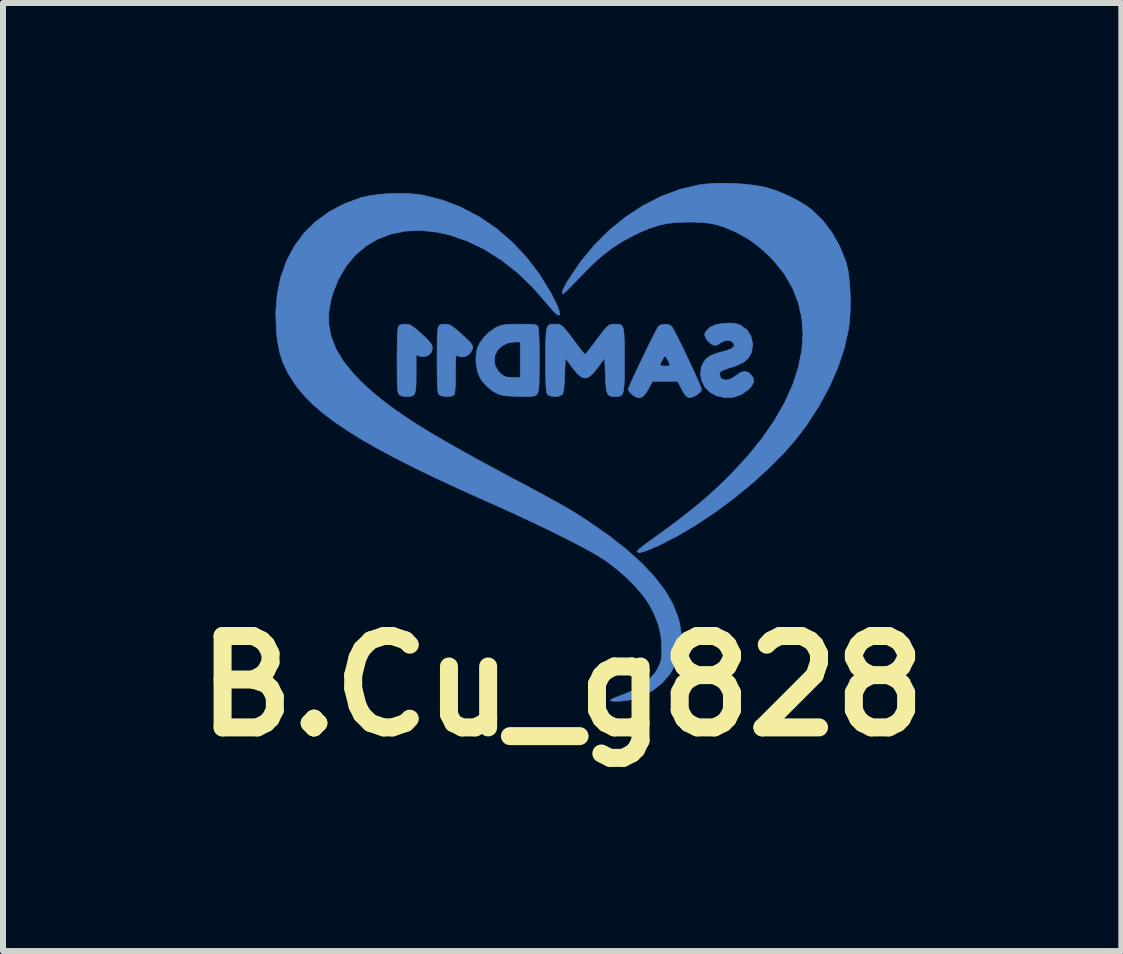
<source format=kicad_pcb>
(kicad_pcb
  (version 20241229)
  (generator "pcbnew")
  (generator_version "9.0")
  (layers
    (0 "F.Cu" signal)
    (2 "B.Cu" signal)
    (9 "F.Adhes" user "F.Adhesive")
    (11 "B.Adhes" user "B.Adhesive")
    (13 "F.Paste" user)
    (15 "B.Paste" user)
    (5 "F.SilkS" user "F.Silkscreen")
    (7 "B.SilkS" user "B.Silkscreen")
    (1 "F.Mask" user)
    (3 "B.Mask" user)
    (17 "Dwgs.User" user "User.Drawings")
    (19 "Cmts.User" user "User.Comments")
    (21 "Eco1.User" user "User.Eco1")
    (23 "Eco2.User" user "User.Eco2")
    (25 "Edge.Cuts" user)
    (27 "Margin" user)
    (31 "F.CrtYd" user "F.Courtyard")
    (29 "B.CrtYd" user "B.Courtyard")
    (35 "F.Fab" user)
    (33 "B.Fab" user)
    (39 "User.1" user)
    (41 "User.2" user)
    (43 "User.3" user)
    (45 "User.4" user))
  (footprint "B.Cu_g828"
    (layer "F.Cu")
    (at 6.321 8.386)
    (property "Reference" "B.Cu_g828" (at 0 0 0) (layer "F.SilkS") (effects (font (size 1.524 1.524) (thickness 0.3))))
    (attr through_hole)
    (fp_poly (pts (xy -2.574 -6.03) (xy -2.535 -6.019) (xy -2.493 -5.994) (xy -2.437 -5.951) (xy -2.359 -5.883) (xy -2.359 -5.883) (xy -2.287 -5.816) (xy -2.226 -5.754) (xy -2.185 -5.705) (xy -2.171 -5.683) (xy -2.164 -5.614) (xy -2.189 -5.553) (xy -2.24 -5.508) (xy -2.306 -5.488) (xy -2.372 -5.497) (xy -2.434 -5.521) (xy -2.434 -5.207) (xy -2.435 -5.071) (xy -2.439 -4.972) (xy -2.449 -4.904) (xy -2.467 -4.861) (xy -2.496 -4.838) (xy -2.538 -4.828) (xy -2.593 -4.826) (xy -2.666 -4.834) (xy -2.716 -4.857) (xy -2.718 -4.859) (xy -2.729 -4.875) (xy -2.737 -4.901) (xy -2.743 -4.944) (xy -2.747 -5.008) (xy -2.75 -5.097) (xy -2.751 -5.218) (xy -2.752 -5.375) (xy -2.752 -5.422) (xy -2.751 -5.594) (xy -2.748 -5.741) (xy -2.744 -5.858) (xy -2.739 -5.941) (xy -2.732 -5.986) (xy -2.73 -5.992) (xy -2.701 -6.02) (xy -2.648 -6.032) (xy -2.618 -6.032) (xy -2.574 -6.03)) (stroke (width 0.01) (type solid)) (fill yes) (layer "B.Cu"))
    (fp_poly (pts (xy -1.904 -6.029) (xy -1.865 -6.015) (xy -1.82 -5.986) (xy -1.758 -5.937) (xy -1.686 -5.873) (xy -1.599 -5.794) (xy -1.54 -5.737) (xy -1.506 -5.694) (xy -1.491 -5.661) (xy -1.491 -5.631) (xy -1.496 -5.614) (xy -1.54 -5.54) (xy -1.604 -5.496) (xy -1.678 -5.485) (xy -1.737 -5.504) (xy -1.753 -5.511) (xy -1.764 -5.507) (xy -1.771 -5.488) (xy -1.775 -5.447) (xy -1.777 -5.378) (xy -1.778 -5.277) (xy -1.778 -5.201) (xy -1.779 -5.056) (xy -1.784 -4.951) (xy -1.792 -4.884) (xy -1.803 -4.852) (xy -1.803 -4.851) (xy -1.846 -4.832) (xy -1.911 -4.826) (xy -1.98 -4.831) (xy -2.036 -4.847) (xy -2.056 -4.861) (xy -2.065 -4.881) (xy -2.072 -4.918) (xy -2.078 -4.976) (xy -2.081 -5.061) (xy -2.084 -5.176) (xy -2.085 -5.327) (xy -2.085 -5.444) (xy -2.085 -5.617) (xy -2.084 -5.752) (xy -2.081 -5.854) (xy -2.076 -5.928) (xy -2.066 -5.978) (xy -2.051 -6.008) (xy -2.029 -6.025) (xy -2 -6.031) (xy -1.962 -6.032) (xy -1.943 -6.032) (xy -1.904 -6.029)) (stroke (width 0.01) (type solid)) (fill yes) (layer "B.Cu"))
    (fp_poly (pts (xy -0.59 -6.032) (xy -0.511 -6.03) (xy -0.459 -6.025) (xy -0.428 -6.017) (xy -0.411 -6.004) (xy -0.403 -5.992) (xy -0.396 -5.957) (xy -0.39 -5.883) (xy -0.385 -5.776) (xy -0.382 -5.638) (xy -0.381 -5.473) (xy -0.381 -5.435) (xy -0.381 -5.269) (xy -0.383 -5.14) (xy -0.385 -5.043) (xy -0.39 -4.973) (xy -0.396 -4.925) (xy -0.404 -4.893) (xy -0.414 -4.873) (xy -0.43 -4.853) (xy -0.452 -4.84) (xy -0.487 -4.832) (xy -0.542 -4.828) (xy -0.627 -4.827) (xy -0.705 -4.828) (xy -0.856 -4.832) (xy -0.972 -4.843) (xy -1.05 -4.86) (xy -1.05 -4.86) (xy -1.155 -4.915) (xy -1.258 -4.998) (xy -1.344 -5.099) (xy -1.368 -5.136) (xy -1.41 -5.239) (xy -1.434 -5.365) (xy -1.436 -5.434) (xy -1.133 -5.434) (xy -1.117 -5.34) (xy -1.066 -5.251) (xy -1.025 -5.208) (xy -0.976 -5.17) (xy -0.929 -5.151) (xy -0.867 -5.144) (xy -0.825 -5.144) (xy -0.699 -5.144) (xy -0.699 -5.736) (xy -0.784 -5.736) (xy -0.901 -5.72) (xy -0.997 -5.675) (xy -1.07 -5.608) (xy -1.116 -5.526) (xy -1.133 -5.434) (xy -1.436 -5.434) (xy -1.437 -5.497) (xy -1.419 -5.617) (xy -1.418 -5.621) (xy -1.375 -5.716) (xy -1.302 -5.815) (xy -1.211 -5.903) (xy -1.113 -5.971) (xy -1.091 -5.983) (xy -1.042 -6.003) (xy -0.994 -6.017) (xy -0.937 -6.026) (xy -0.861 -6.03) (xy -0.756 -6.032) (xy -0.705 -6.032) (xy -0.59 -6.032)) (stroke (width 0.01) (type solid)) (fill yes) (layer "B.Cu"))
    (fp_poly (pts (xy 1.784 -6.021) (xy 1.825 -5.995) (xy 1.846 -5.962) (xy 1.881 -5.899) (xy 1.926 -5.811) (xy 1.979 -5.704) (xy 2.037 -5.586) (xy 2.096 -5.461) (xy 2.154 -5.337) (xy 2.208 -5.22) (xy 2.255 -5.115) (xy 2.292 -5.029) (xy 2.316 -4.968) (xy 2.324 -4.938) (xy 2.324 -4.937) (xy 2.299 -4.897) (xy 2.248 -4.856) (xy 2.187 -4.823) (xy 2.13 -4.809) (xy 2.117 -4.809) (xy 2.082 -4.822) (xy 2.048 -4.857) (xy 2.008 -4.921) (xy 1.994 -4.948) (xy 1.924 -5.08) (xy 1.505 -5.08) (xy 1.435 -4.948) (xy 1.384 -4.865) (xy 1.336 -4.819) (xy 1.284 -4.806) (xy 1.228 -4.819) (xy 1.181 -4.847) (xy 1.136 -4.888) (xy 1.106 -4.929) (xy 1.101 -4.947) (xy 1.11 -4.974) (xy 1.135 -5.032) (xy 1.172 -5.117) (xy 1.22 -5.22) (xy 1.275 -5.336) (xy 1.279 -5.344) (xy 1.63 -5.344) (xy 1.649 -5.338) (xy 1.696 -5.334) (xy 1.714 -5.334) (xy 1.768 -5.336) (xy 1.797 -5.342) (xy 1.799 -5.344) (xy 1.79 -5.372) (xy 1.769 -5.418) (xy 1.743 -5.464) (xy 1.722 -5.497) (xy 1.714 -5.503) (xy 1.699 -5.487) (xy 1.675 -5.446) (xy 1.651 -5.398) (xy 1.633 -5.358) (xy 1.63 -5.344) (xy 1.279 -5.344) (xy 1.334 -5.46) (xy 1.394 -5.583) (xy 1.452 -5.702) (xy 1.505 -5.808) (xy 1.55 -5.896) (xy 1.584 -5.96) (xy 1.604 -5.994) (xy 1.605 -5.995) (xy 1.653 -6.024) (xy 1.719 -6.032) (xy 1.784 -6.021)) (stroke (width 0.01) (type solid)) (fill yes) (layer "B.Cu"))
    (fp_poly (pts (xy 2.886 -6.045) (xy 2.941 -6.028) (xy 2.984 -6.008) (xy 3.081 -5.936) (xy 3.145 -5.838) (xy 3.173 -5.72) (xy 3.175 -5.687) (xy 3.159 -5.569) (xy 3.11 -5.474) (xy 3.027 -5.399) (xy 2.905 -5.341) (xy 2.881 -5.333) (xy 2.775 -5.299) (xy 2.703 -5.273) (xy 2.658 -5.253) (xy 2.635 -5.235) (xy 2.626 -5.215) (xy 2.625 -5.198) (xy 2.64 -5.139) (xy 2.683 -5.107) (xy 2.744 -5.101) (xy 2.817 -5.122) (xy 2.896 -5.172) (xy 2.9 -5.175) (xy 2.98 -5.23) (xy 3.048 -5.246) (xy 3.109 -5.225) (xy 3.144 -5.193) (xy 3.187 -5.13) (xy 3.192 -5.069) (xy 3.16 -5.004) (xy 3.105 -4.944) (xy 2.99 -4.861) (xy 2.858 -4.815) (xy 2.717 -4.807) (xy 2.575 -4.838) (xy 2.572 -4.839) (xy 2.464 -4.898) (xy 2.38 -4.983) (xy 2.327 -5.087) (xy 2.305 -5.199) (xy 2.32 -5.314) (xy 2.344 -5.375) (xy 2.395 -5.449) (xy 2.466 -5.504) (xy 2.567 -5.545) (xy 2.615 -5.558) (xy 2.732 -5.59) (xy 2.811 -5.619) (xy 2.855 -5.648) (xy 2.869 -5.679) (xy 2.856 -5.716) (xy 2.848 -5.727) (xy 2.802 -5.758) (xy 2.736 -5.761) (xy 2.664 -5.737) (xy 2.63 -5.715) (xy 2.581 -5.685) (xy 2.544 -5.679) (xy 2.501 -5.692) (xy 2.449 -5.729) (xy 2.404 -5.783) (xy 2.401 -5.789) (xy 2.378 -5.838) (xy 2.376 -5.87) (xy 2.395 -5.908) (xy 2.399 -5.914) (xy 2.46 -5.977) (xy 2.55 -6.02) (xy 2.672 -6.044) (xy 2.731 -6.048) (xy 2.821 -6.051) (xy 2.886 -6.045)) (stroke (width 0.01) (type solid)) (fill yes) (layer "B.Cu"))
    (fp_poly (pts (xy 0.924 -6.032) (xy 0.961 -6.027) (xy 0.988 -6.014) (xy 1.008 -5.987) (xy 1.022 -5.942) (xy 1.03 -5.875) (xy 1.035 -5.78) (xy 1.037 -5.654) (xy 1.037 -5.492) (xy 1.037 -5.431) (xy 1.037 -5.255) (xy 1.036 -5.118) (xy 1.032 -5.013) (xy 1.024 -4.937) (xy 1.012 -4.885) (xy 0.993 -4.852) (xy 0.967 -4.835) (xy 0.933 -4.828) (xy 0.888 -4.826) (xy 0.874 -4.826) (xy 0.822 -4.829) (xy 0.784 -4.842) (xy 0.758 -4.87) (xy 0.741 -4.92) (xy 0.73 -4.997) (xy 0.723 -5.108) (xy 0.72 -5.182) (xy 0.709 -5.469) (xy 0.598 -5.316) (xy 0.518 -5.216) (xy 0.449 -5.155) (xy 0.385 -5.133) (xy 0.322 -5.15) (xy 0.253 -5.206) (xy 0.175 -5.302) (xy 0.164 -5.316) (xy 0.053 -5.469) (xy 0.042 -5.182) (xy 0.035 -5.045) (xy 0.026 -4.946) (xy 0.014 -4.885) (xy 0.003 -4.861) (xy -0.041 -4.836) (xy -0.106 -4.826) (xy -0.175 -4.831) (xy -0.231 -4.85) (xy -0.242 -4.859) (xy -0.252 -4.875) (xy -0.26 -4.901) (xy -0.266 -4.944) (xy -0.27 -5.007) (xy -0.273 -5.096) (xy -0.275 -5.216) (xy -0.275 -5.371) (xy -0.275 -5.429) (xy -0.275 -5.605) (xy -0.274 -5.742) (xy -0.27 -5.847) (xy -0.263 -5.922) (xy -0.251 -5.974) (xy -0.234 -6.006) (xy -0.209 -6.024) (xy -0.175 -6.031) (xy -0.133 -6.032) (xy -0.116 -6.032) (xy -0.076 -6.032) (xy -0.044 -6.026) (xy -0.013 -6.011) (xy 0.02 -5.983) (xy 0.062 -5.935) (xy 0.118 -5.864) (xy 0.193 -5.765) (xy 0.213 -5.738) (xy 0.273 -5.657) (xy 0.325 -5.591) (xy 0.363 -5.545) (xy 0.381 -5.527) (xy 0.381 -5.526) (xy 0.397 -5.542) (xy 0.433 -5.586) (xy 0.483 -5.651) (xy 0.544 -5.73) (xy 0.549 -5.738) (xy 0.629 -5.844) (xy 0.688 -5.921) (xy 0.733 -5.974) (xy 0.768 -6.006) (xy 0.799 -6.024) (xy 0.83 -6.031) (xy 0.868 -6.032) (xy 0.878 -6.032) (xy 0.924 -6.032)) (stroke (width 0.01) (type solid)) (fill yes) (layer "B.Cu"))
    (fp_poly (pts (xy 2.82 -8.379) (xy 3.021 -8.368) (xy 3.208 -8.347) (xy 3.37 -8.318) (xy 3.397 -8.311) (xy 3.574 -8.255) (xy 3.757 -8.179) (xy 3.932 -8.09) (xy 4.086 -7.995) (xy 4.166 -7.935) (xy 4.34 -7.765) (xy 4.494 -7.564) (xy 4.623 -7.338) (xy 4.722 -7.095) (xy 4.743 -7.027) (xy 4.768 -6.908) (xy 4.787 -6.758) (xy 4.799 -6.588) (xy 4.804 -6.408) (xy 4.8 -6.229) (xy 4.789 -6.063) (xy 4.773 -5.943) (xy 4.703 -5.63) (xy 4.595 -5.308) (xy 4.453 -4.985) (xy 4.279 -4.664) (xy 4.077 -4.353) (xy 3.918 -4.142) (xy 3.7 -3.889) (xy 3.448 -3.634) (xy 3.17 -3.382) (xy 2.873 -3.138) (xy 2.564 -2.908) (xy 2.249 -2.697) (xy 1.937 -2.511) (xy 1.634 -2.355) (xy 1.506 -2.298) (xy 1.392 -2.252) (xy 1.313 -2.228) (xy 1.266 -2.225) (xy 1.249 -2.242) (xy 1.249 -2.244) (xy 1.265 -2.265) (xy 1.309 -2.303) (xy 1.373 -2.354) (xy 1.433 -2.398) (xy 1.678 -2.575) (xy 1.893 -2.734) (xy 2.082 -2.88) (xy 2.251 -3.016) (xy 2.406 -3.147) (xy 2.551 -3.277) (xy 2.692 -3.411) (xy 2.805 -3.522) (xy 3.086 -3.825) (xy 3.331 -4.127) (xy 3.538 -4.428) (xy 3.709 -4.726) (xy 3.842 -5.02) (xy 3.937 -5.309) (xy 3.994 -5.592) (xy 4.014 -5.867) (xy 3.994 -6.133) (xy 3.937 -6.39) (xy 3.84 -6.635) (xy 3.705 -6.868) (xy 3.53 -7.087) (xy 3.469 -7.151) (xy 3.294 -7.312) (xy 3.12 -7.441) (xy 2.933 -7.548) (xy 2.875 -7.576) (xy 2.733 -7.638) (xy 2.605 -7.682) (xy 2.481 -7.711) (xy 2.346 -7.728) (xy 2.189 -7.734) (xy 2.095 -7.734) (xy 1.916 -7.729) (xy 1.758 -7.712) (xy 1.611 -7.681) (xy 1.463 -7.633) (xy 1.301 -7.565) (xy 1.175 -7.504) (xy 0.996 -7.408) (xy 0.829 -7.299) (xy 0.664 -7.171) (xy 0.495 -7.019) (xy 0.314 -6.836) (xy 0.305 -6.826) (xy 0.218 -6.736) (xy 0.142 -6.657) (xy 0.08 -6.595) (xy 0.036 -6.555) (xy 0.018 -6.54) (xy 0.002 -6.551) (xy 0.007 -6.586) (xy 0.035 -6.648) (xy 0.086 -6.74) (xy 0.105 -6.771) (xy 0.307 -7.073) (xy 0.536 -7.349) (xy 0.787 -7.599) (xy 1.058 -7.819) (xy 1.345 -8.007) (xy 1.645 -8.16) (xy 1.954 -8.276) (xy 2.268 -8.352) (xy 2.273 -8.353) (xy 2.433 -8.372) (xy 2.62 -8.381) (xy 2.82 -8.379)) (stroke (width 0.01) (type solid)) (fill yes) (layer "B.Cu"))
    (fp_poly (pts (xy -2.456 -8.201) (xy -2.318 -8.182) (xy -1.993 -8.1) (xy -1.68 -7.979) (xy -1.381 -7.821) (xy -1.098 -7.628) (xy -0.834 -7.401) (xy -0.592 -7.143) (xy -0.374 -6.857) (xy -0.183 -6.543) (xy -0.13 -6.44) (xy -0.075 -6.324) (xy -0.046 -6.241) (xy -0.041 -6.193) (xy -0.058 -6.181) (xy -0.098 -6.204) (xy -0.16 -6.264) (xy -0.241 -6.36) (xy -0.245 -6.365) (xy -0.487 -6.643) (xy -0.744 -6.89) (xy -1.015 -7.102) (xy -1.296 -7.28) (xy -1.585 -7.419) (xy -1.878 -7.52) (xy -2.084 -7.566) (xy -2.354 -7.595) (xy -2.61 -7.584) (xy -2.85 -7.536) (xy -3.072 -7.452) (xy -3.273 -7.333) (xy -3.451 -7.181) (xy -3.603 -6.997) (xy -3.729 -6.783) (xy -3.825 -6.539) (xy -3.854 -6.439) (xy -3.891 -6.226) (xy -3.889 -6.019) (xy -3.849 -5.817) (xy -3.769 -5.617) (xy -3.65 -5.418) (xy -3.489 -5.217) (xy -3.353 -5.075) (xy -3.229 -4.959) (xy -3.096 -4.844) (xy -2.952 -4.729) (xy -2.793 -4.611) (xy -2.617 -4.49) (xy -2.421 -4.362) (xy -2.202 -4.227) (xy -1.957 -4.083) (xy -1.684 -3.928) (xy -1.379 -3.759) (xy -1.04 -3.576) (xy -0.847 -3.472) (xy -0.63 -3.357) (xy -0.447 -3.259) (xy -0.292 -3.176) (xy -0.162 -3.104) (xy -0.051 -3.043) (xy 0.045 -2.989) (xy 0.129 -2.939) (xy 0.208 -2.892) (xy 0.284 -2.844) (xy 0.362 -2.793) (xy 0.448 -2.737) (xy 0.451 -2.735) (xy 0.786 -2.502) (xy 1.08 -2.27) (xy 1.334 -2.041) (xy 1.545 -1.814) (xy 1.716 -1.59) (xy 1.844 -1.369) (xy 1.931 -1.151) (xy 1.958 -1.048) (xy 1.982 -0.899) (xy 1.986 -0.766) (xy 1.97 -0.627) (xy 1.959 -0.566) (xy 1.898 -0.379) (xy 1.801 -0.208) (xy 1.672 -0.057) (xy 1.515 0.069) (xy 1.335 0.167) (xy 1.174 0.222) (xy 1.099 0.237) (xy 1.015 0.248) (xy 0.934 0.253) (xy 0.865 0.253) (xy 0.818 0.247) (xy 0.804 0.237) (xy 0.823 0.221) (xy 0.87 0.199) (xy 0.915 0.182) (xy 1.132 0.095) (xy 1.31 -0.000444) (xy 1.449 -0.107) (xy 1.554 -0.226) (xy 1.606 -0.318) (xy 1.632 -0.378) (xy 1.649 -0.434) (xy 1.657 -0.499) (xy 1.66 -0.585) (xy 1.66 -0.646) (xy 1.646 -0.837) (xy 1.606 -1.018) (xy 1.535 -1.2) (xy 1.448 -1.365) (xy 1.353 -1.504) (xy 1.228 -1.651) (xy 1.08 -1.801) (xy 0.916 -1.945) (xy 0.745 -2.076) (xy 0.688 -2.115) (xy 0.571 -2.187) (xy 0.417 -2.274) (xy 0.231 -2.373) (xy 0.016 -2.483) (xy -0.224 -2.601) (xy -0.487 -2.727) (xy -0.769 -2.859) (xy -1.067 -2.995) (xy -1.281 -3.09) (xy -1.719 -3.287) (xy -2.119 -3.473) (xy -2.483 -3.649) (xy -2.811 -3.816) (xy -3.106 -3.975) (xy -3.37 -4.127) (xy -3.605 -4.274) (xy -3.812 -4.416) (xy -3.993 -4.554) (xy -4.151 -4.69) (xy -4.286 -4.826) (xy -4.401 -4.961) (xy -4.463 -5.046) (xy -4.572 -5.219) (xy -4.653 -5.388) (xy -4.71 -5.565) (xy -4.747 -5.762) (xy -4.763 -5.906) (xy -4.774 -6.232) (xy -4.749 -6.538) (xy -4.688 -6.825) (xy -4.593 -7.089) (xy -4.465 -7.331) (xy -4.305 -7.548) (xy -4.113 -7.738) (xy -3.89 -7.902) (xy -3.638 -8.036) (xy -3.357 -8.14) (xy -3.355 -8.14) (xy -3.206 -8.174) (xy -3.028 -8.198) (xy -2.835 -8.211) (xy -2.64 -8.212) (xy -2.456 -8.201)) (stroke (width 0.01) (type solid)) (fill yes) (layer "B.Cu")))
  (gr_rect
    (start -3 -3)
    (end 15.642 12.804)
    (stroke (width 0.1) (type default))
    (fill no)
    (layer "Edge.Cuts")))
</source>
